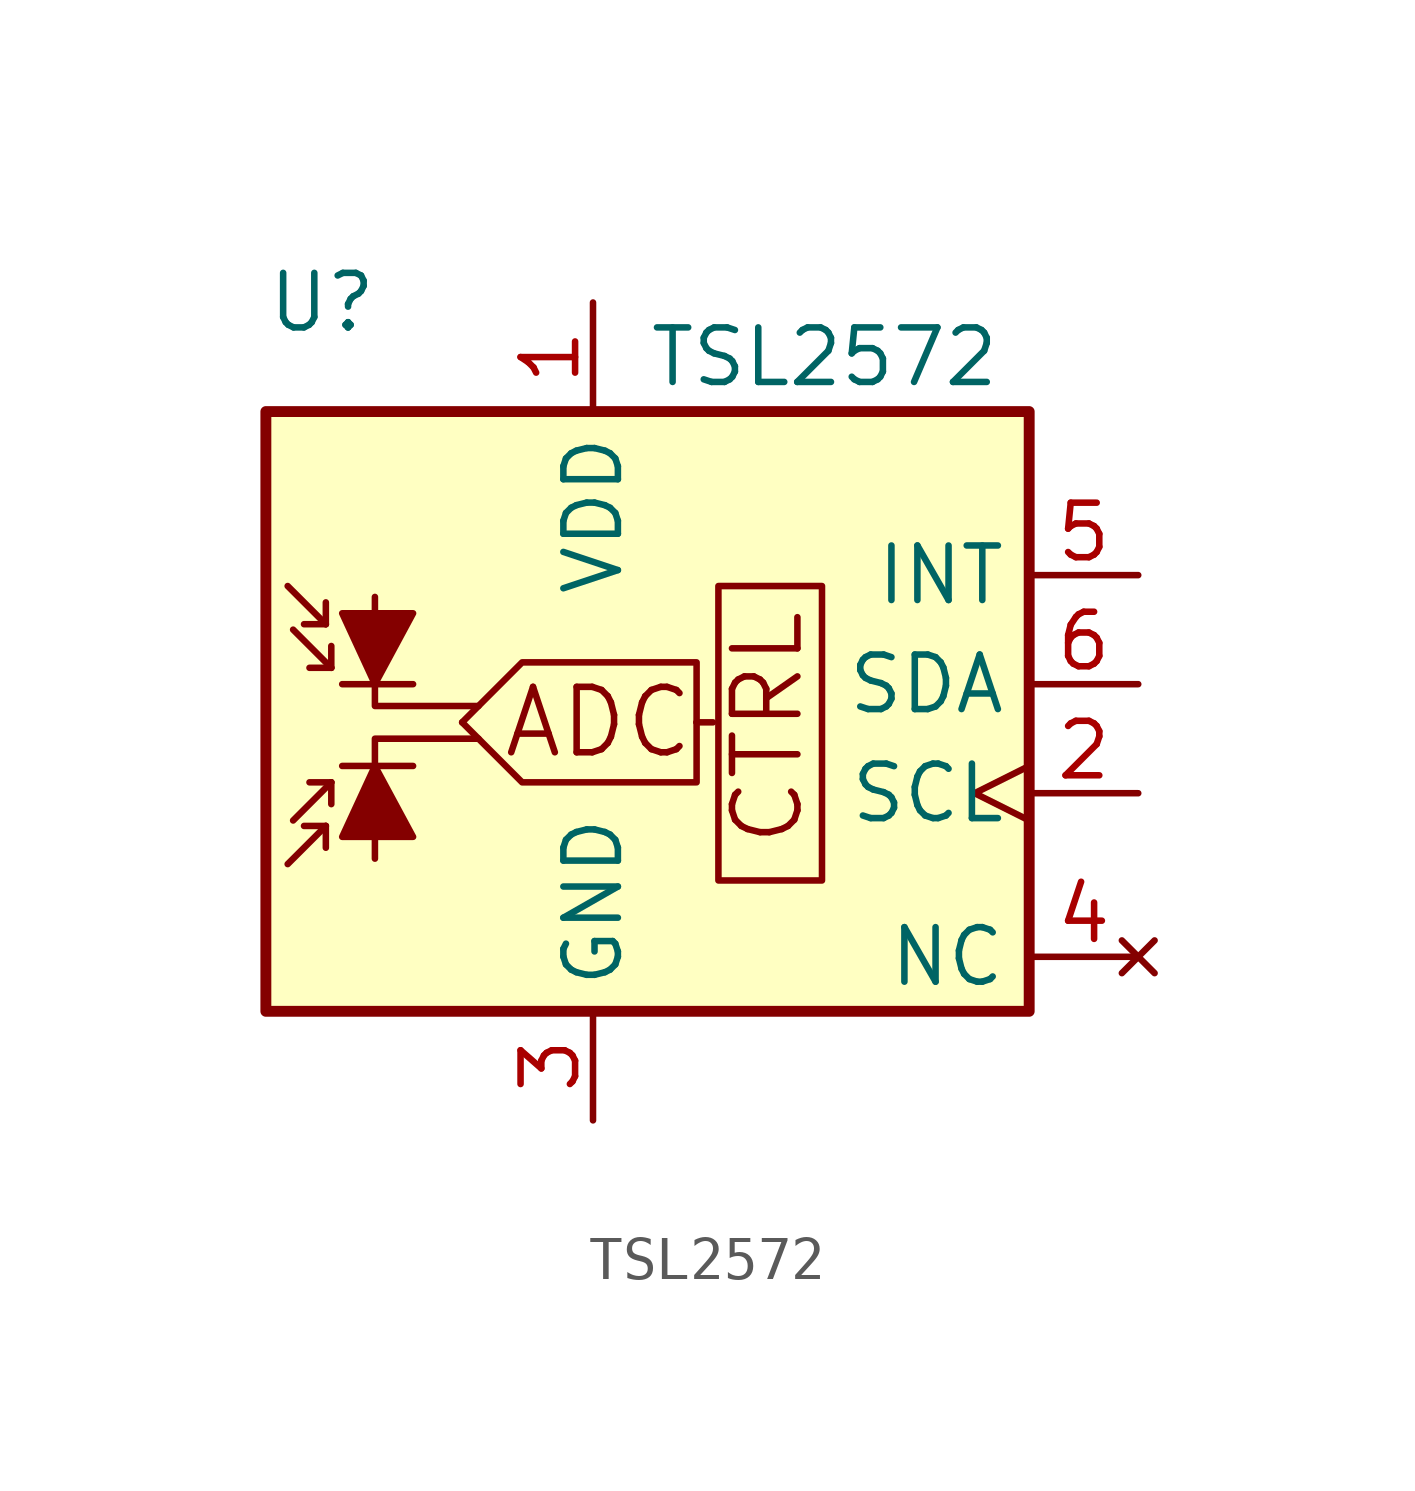
<source format=kicad_sym>
(kicad_symbol_lib
  (version 20211014)
  (generator kicad_symbol_editor)
  (symbol "TSL2572"
    (property "Reference" "U"
      (at -7.62 8.89 0)
      (effects (font (size 1.27 1.27)) (justify left)))
    (property "Value" "TSL2572"
      (at 1.27 7.62 0)
      (effects (font (size 1.27 1.27)) (justify left)))
    (symbol "TSL2572_0_0"
      (polyline (pts (xy 2.413 -0.889) (xy 2.794 -0.889)) (stroke (width 0) (type default) (color 0 0 0 0)) (fill (type none)))
      (polyline (pts (xy -5.08 -4.064) (xy -5.08 -1.27) (xy -2.667 -1.27)) (stroke (width 0) (type default) (color 0 0 0 0)) (fill (type none)))
      (polyline (pts (xy -5.08 2.032) (xy -5.08 -0.508) (xy -2.667 -0.508)) (stroke (width 0) (type default) (color 0 0 0 0)) (fill (type none)))
      (polyline (pts (xy -3.048 -0.889) (xy -1.651 -2.286) (xy 2.413 -2.286) (xy 2.413 -0.889)) (stroke (width 0) (type default) (color 0 0 0 0)) (fill (type none)))
      (polyline (pts (xy -3.048 -0.889) (xy -1.651 0.508) (xy 2.413 0.508) (xy 2.413 -0.889)) (stroke (width 0) (type default) (color 0 0 0 0)) (fill (type none)))
      (rectangle (start 2.921 2.286) (end 5.334 -4.572) (stroke (width 0) (type default) (color 0 0 0 0)) (fill (type none)))
      (text "ADC" (at 0.127 -0.889 0) (effects (font (size 1.524 1.524))))
      (text "CTRL" (at 4.064 -1.016 900) (effects (font (size 1.524 1.524)))))
    (symbol "TSL2572_0_1"
      (rectangle (start -7.62 6.35) (end 10.16 -7.62) (stroke (width 0.254) (type default) (color 0 0 0 0)) (fill (type background)))
      (polyline (pts (xy -6.223 -3.302) (xy -7.112 -4.191)) (stroke (width 0) (type default) (color 0 0 0 0)) (fill (type none)))
      (polyline (pts (xy -6.223 -3.302) (xy -6.731 -3.302)) (stroke (width 0) (type default) (color 0 0 0 0)) (fill (type none)))
      (polyline (pts (xy -6.223 -3.302) (xy -6.223 -3.81)) (stroke (width 0) (type default) (color 0 0 0 0)) (fill (type none)))
      (polyline (pts (xy -6.223 1.397) (xy -7.112 2.286)) (stroke (width 0) (type default) (color 0 0 0 0)) (fill (type none)))
      (polyline (pts (xy -6.223 1.397) (xy -6.731 1.397)) (stroke (width 0) (type default) (color 0 0 0 0)) (fill (type none)))
      (polyline (pts (xy -6.223 1.397) (xy -6.223 1.905)) (stroke (width 0) (type default) (color 0 0 0 0)) (fill (type none)))
      (polyline (pts (xy -6.096 -2.286) (xy -6.985 -3.175)) (stroke (width 0) (type default) (color 0 0 0 0)) (fill (type none)))
      (polyline (pts (xy -6.096 -2.286) (xy -6.604 -2.286)) (stroke (width 0) (type default) (color 0 0 0 0)) (fill (type none)))
      (polyline (pts (xy -6.096 -2.286) (xy -6.096 -2.794)) (stroke (width 0) (type default) (color 0 0 0 0)) (fill (type none)))
      (polyline (pts (xy -6.096 0.381) (xy -6.985 1.27)) (stroke (width 0) (type default) (color 0 0 0 0)) (fill (type none)))
      (polyline (pts (xy -6.096 0.381) (xy -6.604 0.381)) (stroke (width 0) (type default) (color 0 0 0 0)) (fill (type none)))
      (polyline (pts (xy -6.096 0.381) (xy -6.096 0.889)) (stroke (width 0) (type default) (color 0 0 0 0)) (fill (type none)))
      (polyline (pts (xy -5.842 -1.905) (xy -4.191 -1.905)) (stroke (width 0) (type default) (color 0 0 0 0)) (fill (type none)))
      (polyline (pts (xy -5.842 0) (xy -4.191 0)) (stroke (width 0) (type default) (color 0 0 0 0)) (fill (type none)))
      (polyline (pts (xy -5.842 -3.556) (xy -4.191 -3.556) (xy -5.08 -1.905) (xy -5.842 -3.556)) (stroke (width 0) (type default) (color 0 0 0 0)) (fill (type outline)))
      (polyline (pts (xy -5.842 1.651) (xy -4.191 1.651) (xy -5.08 0) (xy -5.842 1.651)) (stroke (width 0) (type default) (color 0 0 0 0)) (fill (type outline))))
    (symbol "TSL2572_1_1"
      (pin power_in line (at 0 8.89 270) (length 2.54) (name "VDD" (effects (font (size 1.27 1.27)))) (number "1" (effects (font (size 1.27 1.27)))))
      (pin input clock (at 12.7 -2.54 180) (length 2.54) (name "SCL" (effects (font (size 1.27 1.27)))) (number "2" (effects (font (size 1.27 1.27)))))
      (pin power_in line (at 0 -10.16 90) (length 2.54) (name "GND" (effects (font (size 1.27 1.27)))) (number "3" (effects (font (size 1.27 1.27)))))
      (pin no_connect line (at 12.7 -6.35 180) (length 2.54) (name "NC" (effects (font (size 1.27 1.27)))) (number "4" (effects (font (size 1.27 1.27)))))
      (pin output line (at 12.7 2.54 180) (length 2.54) (name "INT" (effects (font (size 1.27 1.27)))) (number "5" (effects (font (size 1.27 1.27)))))
      (pin bidirectional line (at 12.7 0 180) (length 2.54) (name "SDA" (effects (font (size 1.27 1.27)))) (number "6" (effects (font (size 1.27 1.27))))))))
</source>
